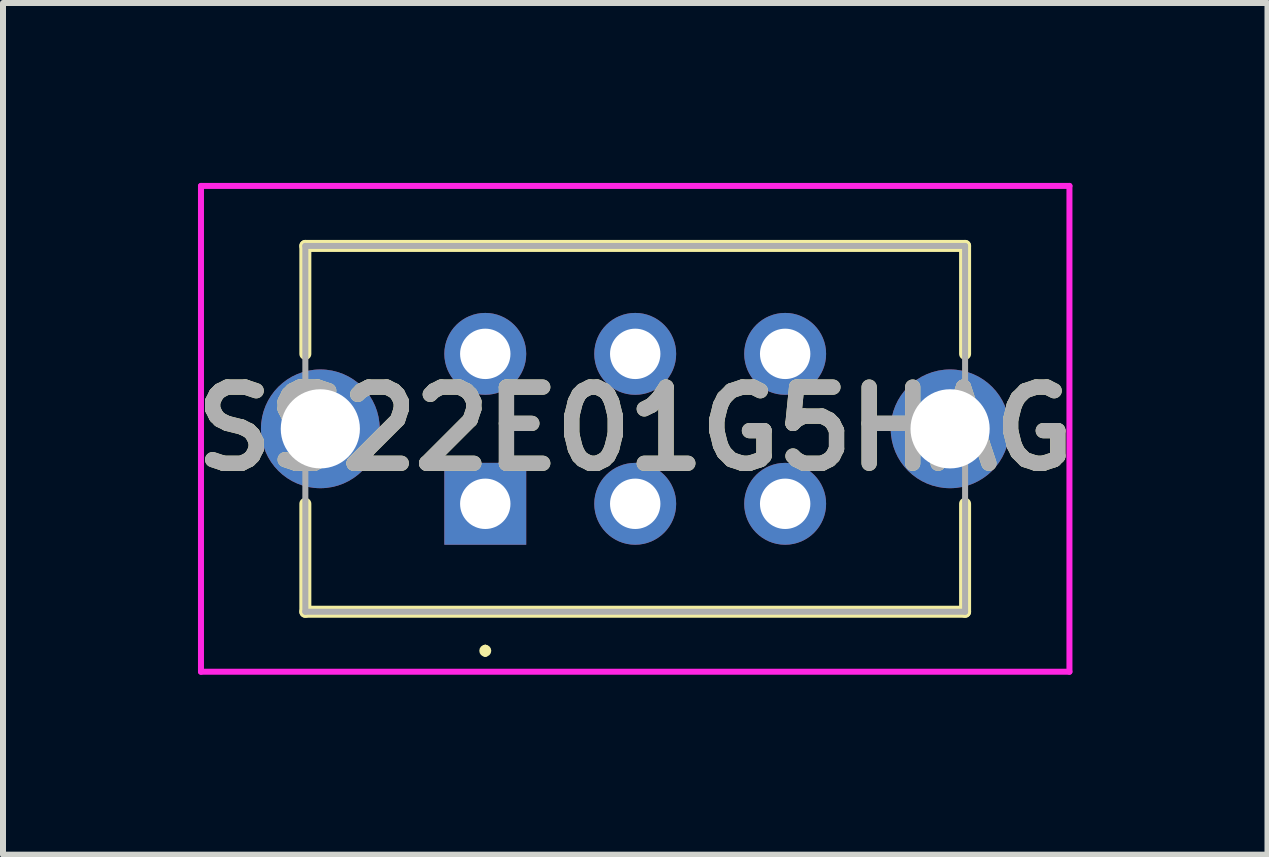
<source format=kicad_pcb>
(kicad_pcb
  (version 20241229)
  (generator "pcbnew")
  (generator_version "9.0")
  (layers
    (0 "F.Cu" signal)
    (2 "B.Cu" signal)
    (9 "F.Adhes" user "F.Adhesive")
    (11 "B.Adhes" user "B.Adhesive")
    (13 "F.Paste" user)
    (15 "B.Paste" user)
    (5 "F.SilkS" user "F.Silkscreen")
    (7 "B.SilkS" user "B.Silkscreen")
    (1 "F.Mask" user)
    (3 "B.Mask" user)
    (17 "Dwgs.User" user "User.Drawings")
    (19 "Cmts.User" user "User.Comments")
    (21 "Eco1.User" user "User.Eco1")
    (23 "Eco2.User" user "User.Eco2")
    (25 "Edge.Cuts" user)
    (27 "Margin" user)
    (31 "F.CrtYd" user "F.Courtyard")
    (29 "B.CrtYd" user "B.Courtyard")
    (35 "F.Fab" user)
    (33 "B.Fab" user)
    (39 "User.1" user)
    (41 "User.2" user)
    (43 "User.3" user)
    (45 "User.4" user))
  (footprint "SS22E01G5HAG"
    (layer "F.Cu")
    (at 5.041 5.35)
    (property "Reference" "SS22E01G5HAG" (at 2.5 -1.25 0) (layer "F.SilkS") (effects (font (size 1.27 1.27) (thickness 0.254))))
    (attr through_hole)
    (fp_line (start -3 -4.3) (end 8 -4.3) (stroke (width 0.2) (type solid)) (layer "F.SilkS"))
    (fp_line (start -3 -2.5) (end -3 -4.3) (stroke (width 0.2) (type solid)) (layer "F.SilkS"))
    (fp_line (start -3 1.8) (end -3 0) (stroke (width 0.2) (type solid)) (layer "F.SilkS"))
    (fp_line (start 0 2.4) (end 0 2.4) (stroke (width 0.1) (type solid)) (layer "F.SilkS"))
    (fp_line (start 0 2.5) (end 0 2.5) (stroke (width 0.1) (type solid)) (layer "F.SilkS"))
    (fp_line (start 8 -4.3) (end 8 -2.5) (stroke (width 0.2) (type solid)) (layer "F.SilkS"))
    (fp_line (start 8 0) (end 8 1.8) (stroke (width 0.2) (type solid)) (layer "F.SilkS"))
    (fp_line (start 8 1.8) (end -3 1.8) (stroke (width 0.2) (type solid)) (layer "F.SilkS"))
    (fp_arc (start 0 2.4) (mid 0.05 2.45) (end 0 2.5) (stroke (width 0.1) (type solid)) (layer "F.SilkS"))
    (fp_arc (start 0 2.5) (mid -0.05 2.45) (end 0 2.4) (stroke (width 0.1) (type solid)) (layer "F.SilkS"))
    (fp_line (start -4.74 -5.3) (end 9.74 -5.3) (stroke (width 0.1) (type solid)) (layer "F.CrtYd"))
    (fp_line (start -4.74 2.8) (end -4.74 -5.3) (stroke (width 0.1) (type solid)) (layer "F.CrtYd"))
    (fp_line (start 9.74 -5.3) (end 9.74 2.8) (stroke (width 0.1) (type solid)) (layer "F.CrtYd"))
    (fp_line (start 9.74 2.8) (end -4.74 2.8) (stroke (width 0.1) (type solid)) (layer "F.CrtYd"))
    (fp_line (start -3 -4.3) (end -3 1.8) (stroke (width 0.1) (type solid)) (layer "F.Fab"))
    (fp_line (start -3 1.8) (end 8 1.8) (stroke (width 0.1) (type solid)) (layer "F.Fab"))
    (fp_line (start 8 -4.3) (end -3 -4.3) (stroke (width 0.1) (type solid)) (layer "F.Fab"))
    (fp_line (start 8 1.8) (end 8 -4.3) (stroke (width 0.1) (type solid)) (layer "F.Fab"))
    (fp_text user "${REFERENCE}" (at 2.5 -1.25 0) (layer "F.Fab") (effects (font (size 1.27 1.27) (thickness 0.254))))
    (pad "1" thru_hole rect (at 0 0) (size 1.365 1.365) (drill 0.84) (layers "*.Cu" "*.Mask"))
    (pad "2" thru_hole circle (at 2.5 0) (size 1.365 1.365) (drill 0.84) (layers "*.Cu" "*.Mask"))
    (pad "3" thru_hole circle (at 5 0) (size 1.365 1.365) (drill 0.84) (layers "*.Cu" "*.Mask"))
    (pad "4" thru_hole circle (at 0 -2.5) (size 1.365 1.365) (drill 0.84) (layers "*.Cu" "*.Mask"))
    (pad "5" thru_hole circle (at 2.5 -2.5) (size 1.365 1.365) (drill 0.84) (layers "*.Cu" "*.Mask"))
    (pad "6" thru_hole circle (at 5 -2.5) (size 1.365 1.365) (drill 0.84) (layers "*.Cu" "*.Mask"))
    (pad "MH1" thru_hole circle (at -2.75 -1.25) (size 1.98 1.98) (drill 1.32) (layers "*.Cu" "*.Mask"))
    (pad "MH2" thru_hole circle (at 7.75 -1.25) (size 1.98 1.98) (drill 1.32) (layers "*.Cu" "*.Mask")))
  (gr_rect
    (start -3 -3)
    (end 18.083 11.2)
    (stroke (width 0.1) (type default))
    (fill no)
    (layer "Edge.Cuts")))
</source>
